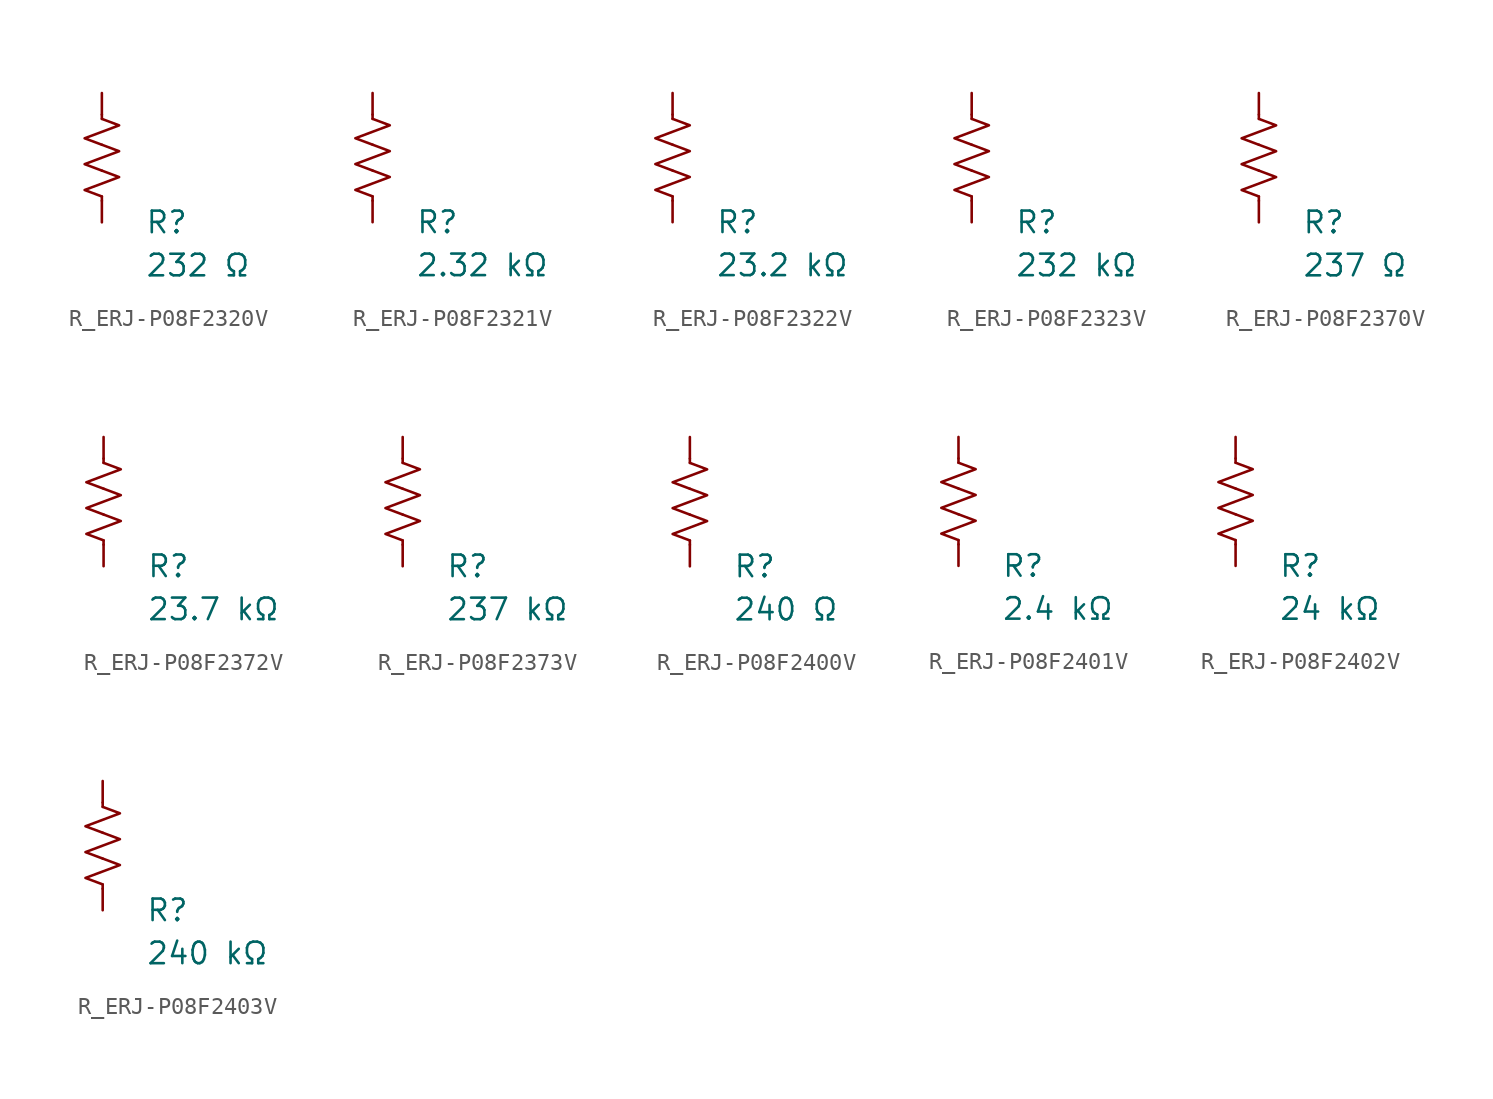
<source format=kicad_sym>
(kicad_symbol_lib
  (version 20231120)
  (generator "kicad_symbol_editor")
  (generator_version "8.0")
  (symbol "R_ERJ-P08F2320V"
    (pin_numbers hide)
    (pin_names
      (offset 0))
    (property "Reference" "R"
      (at 2.54 -3.81 0)
      (effects (font (size 1.27 1.27)) (justify left))
      (show_name no))
    (property "Value" "232 Ω"
      (at 2.54 -6.35 0)
      (effects (font (size 1.27 1.27)) (justify left))
      (show_name no))
    (symbol "R_ERJ-P08F2320V_0_1"
      (polyline (pts (xy 0 -2.286) (xy 0 -2.54)) (stroke (width 0) (type default)) (fill (type none)))
      (polyline (pts (xy 0 2.286) (xy 0 2.54)) (stroke (width 0) (type default)) (fill (type none)))
      (polyline (pts (xy 0 -0.762) (xy 1.016 -1.143) (xy 0 -1.524) (xy -1.016 -1.905) (xy 0 -2.286)) (stroke (width 0) (type default)) (fill (type none)))
      (polyline (pts (xy 0 0.762) (xy 1.016 0.381) (xy 0 0) (xy -1.016 -0.381) (xy 0 -0.762)) (stroke (width 0) (type default)) (fill (type none)))
      (polyline (pts (xy 0 2.286) (xy 1.016 1.905) (xy 0 1.524) (xy -1.016 1.143) (xy 0 0.762)) (stroke (width 0) (type default)) (fill (type none))))
    (symbol "R_ERJ-P08F2320V_1_1"
      (pin passive line (at 0 3.81 270) (length 1.27) (name "~" (effects (font (size 1.27 1.27)))) (number "1" (effects (font (size 1.27 1.27)))))
      (pin passive line (at 0 -3.81 90) (length 1.27) (name "~" (effects (font (size 1.27 1.27)))) (number "2" (effects (font (size 1.27 1.27)))))))
  (symbol "R_ERJ-P08F2321V"
    (pin_numbers hide)
    (pin_names
      (offset 0))
    (property "Reference" "R"
      (at 2.54 -3.81 0)
      (effects (font (size 1.27 1.27)) (justify left))
      (show_name no))
    (property "Value" "2.32 kΩ"
      (at 2.54 -6.35 0)
      (effects (font (size 1.27 1.27)) (justify left))
      (show_name no))
    (symbol "R_ERJ-P08F2321V_0_1"
      (polyline (pts (xy 0 -2.286) (xy 0 -2.54)) (stroke (width 0) (type default)) (fill (type none)))
      (polyline (pts (xy 0 2.286) (xy 0 2.54)) (stroke (width 0) (type default)) (fill (type none)))
      (polyline (pts (xy 0 -0.762) (xy 1.016 -1.143) (xy 0 -1.524) (xy -1.016 -1.905) (xy 0 -2.286)) (stroke (width 0) (type default)) (fill (type none)))
      (polyline (pts (xy 0 0.762) (xy 1.016 0.381) (xy 0 0) (xy -1.016 -0.381) (xy 0 -0.762)) (stroke (width 0) (type default)) (fill (type none)))
      (polyline (pts (xy 0 2.286) (xy 1.016 1.905) (xy 0 1.524) (xy -1.016 1.143) (xy 0 0.762)) (stroke (width 0) (type default)) (fill (type none))))
    (symbol "R_ERJ-P08F2321V_1_1"
      (pin passive line (at 0 3.81 270) (length 1.27) (name "~" (effects (font (size 1.27 1.27)))) (number "1" (effects (font (size 1.27 1.27)))))
      (pin passive line (at 0 -3.81 90) (length 1.27) (name "~" (effects (font (size 1.27 1.27)))) (number "2" (effects (font (size 1.27 1.27)))))))
  (symbol "R_ERJ-P08F2322V"
    (pin_numbers hide)
    (pin_names
      (offset 0))
    (property "Reference" "R"
      (at 2.54 -3.81 0)
      (effects (font (size 1.27 1.27)) (justify left))
      (show_name no))
    (property "Value" "23.2 kΩ"
      (at 2.54 -6.35 0)
      (effects (font (size 1.27 1.27)) (justify left))
      (show_name no))
    (symbol "R_ERJ-P08F2322V_0_1"
      (polyline (pts (xy 0 -2.286) (xy 0 -2.54)) (stroke (width 0) (type default)) (fill (type none)))
      (polyline (pts (xy 0 2.286) (xy 0 2.54)) (stroke (width 0) (type default)) (fill (type none)))
      (polyline (pts (xy 0 -0.762) (xy 1.016 -1.143) (xy 0 -1.524) (xy -1.016 -1.905) (xy 0 -2.286)) (stroke (width 0) (type default)) (fill (type none)))
      (polyline (pts (xy 0 0.762) (xy 1.016 0.381) (xy 0 0) (xy -1.016 -0.381) (xy 0 -0.762)) (stroke (width 0) (type default)) (fill (type none)))
      (polyline (pts (xy 0 2.286) (xy 1.016 1.905) (xy 0 1.524) (xy -1.016 1.143) (xy 0 0.762)) (stroke (width 0) (type default)) (fill (type none))))
    (symbol "R_ERJ-P08F2322V_1_1"
      (pin passive line (at 0 3.81 270) (length 1.27) (name "~" (effects (font (size 1.27 1.27)))) (number "1" (effects (font (size 1.27 1.27)))))
      (pin passive line (at 0 -3.81 90) (length 1.27) (name "~" (effects (font (size 1.27 1.27)))) (number "2" (effects (font (size 1.27 1.27)))))))
  (symbol "R_ERJ-P08F2323V"
    (pin_numbers hide)
    (pin_names
      (offset 0))
    (property "Reference" "R"
      (at 2.54 -3.81 0)
      (effects (font (size 1.27 1.27)) (justify left))
      (show_name no))
    (property "Value" "232 kΩ"
      (at 2.54 -6.35 0)
      (effects (font (size 1.27 1.27)) (justify left))
      (show_name no))
    (symbol "R_ERJ-P08F2323V_0_1"
      (polyline (pts (xy 0 -2.286) (xy 0 -2.54)) (stroke (width 0) (type default)) (fill (type none)))
      (polyline (pts (xy 0 2.286) (xy 0 2.54)) (stroke (width 0) (type default)) (fill (type none)))
      (polyline (pts (xy 0 -0.762) (xy 1.016 -1.143) (xy 0 -1.524) (xy -1.016 -1.905) (xy 0 -2.286)) (stroke (width 0) (type default)) (fill (type none)))
      (polyline (pts (xy 0 0.762) (xy 1.016 0.381) (xy 0 0) (xy -1.016 -0.381) (xy 0 -0.762)) (stroke (width 0) (type default)) (fill (type none)))
      (polyline (pts (xy 0 2.286) (xy 1.016 1.905) (xy 0 1.524) (xy -1.016 1.143) (xy 0 0.762)) (stroke (width 0) (type default)) (fill (type none))))
    (symbol "R_ERJ-P08F2323V_1_1"
      (pin passive line (at 0 3.81 270) (length 1.27) (name "~" (effects (font (size 1.27 1.27)))) (number "1" (effects (font (size 1.27 1.27)))))
      (pin passive line (at 0 -3.81 90) (length 1.27) (name "~" (effects (font (size 1.27 1.27)))) (number "2" (effects (font (size 1.27 1.27)))))))
  (symbol "R_ERJ-P08F2370V"
    (pin_numbers hide)
    (pin_names
      (offset 0))
    (property "Reference" "R"
      (at 2.54 -3.81 0)
      (effects (font (size 1.27 1.27)) (justify left))
      (show_name no))
    (property "Value" "237 Ω"
      (at 2.54 -6.35 0)
      (effects (font (size 1.27 1.27)) (justify left))
      (show_name no))
    (symbol "R_ERJ-P08F2370V_0_1"
      (polyline (pts (xy 0 -2.286) (xy 0 -2.54)) (stroke (width 0) (type default)) (fill (type none)))
      (polyline (pts (xy 0 2.286) (xy 0 2.54)) (stroke (width 0) (type default)) (fill (type none)))
      (polyline (pts (xy 0 -0.762) (xy 1.016 -1.143) (xy 0 -1.524) (xy -1.016 -1.905) (xy 0 -2.286)) (stroke (width 0) (type default)) (fill (type none)))
      (polyline (pts (xy 0 0.762) (xy 1.016 0.381) (xy 0 0) (xy -1.016 -0.381) (xy 0 -0.762)) (stroke (width 0) (type default)) (fill (type none)))
      (polyline (pts (xy 0 2.286) (xy 1.016 1.905) (xy 0 1.524) (xy -1.016 1.143) (xy 0 0.762)) (stroke (width 0) (type default)) (fill (type none))))
    (symbol "R_ERJ-P08F2370V_1_1"
      (pin passive line (at 0 3.81 270) (length 1.27) (name "~" (effects (font (size 1.27 1.27)))) (number "1" (effects (font (size 1.27 1.27)))))
      (pin passive line (at 0 -3.81 90) (length 1.27) (name "~" (effects (font (size 1.27 1.27)))) (number "2" (effects (font (size 1.27 1.27)))))))
  (symbol "R_ERJ-P08F2372V"
    (pin_numbers hide)
    (pin_names
      (offset 0))
    (property "Reference" "R"
      (at 2.54 -3.81 0)
      (effects (font (size 1.27 1.27)) (justify left))
      (show_name no))
    (property "Value" "23.7 kΩ"
      (at 2.54 -6.35 0)
      (effects (font (size 1.27 1.27)) (justify left))
      (show_name no))
    (symbol "R_ERJ-P08F2372V_0_1"
      (polyline (pts (xy 0 -2.286) (xy 0 -2.54)) (stroke (width 0) (type default)) (fill (type none)))
      (polyline (pts (xy 0 2.286) (xy 0 2.54)) (stroke (width 0) (type default)) (fill (type none)))
      (polyline (pts (xy 0 -0.762) (xy 1.016 -1.143) (xy 0 -1.524) (xy -1.016 -1.905) (xy 0 -2.286)) (stroke (width 0) (type default)) (fill (type none)))
      (polyline (pts (xy 0 0.762) (xy 1.016 0.381) (xy 0 0) (xy -1.016 -0.381) (xy 0 -0.762)) (stroke (width 0) (type default)) (fill (type none)))
      (polyline (pts (xy 0 2.286) (xy 1.016 1.905) (xy 0 1.524) (xy -1.016 1.143) (xy 0 0.762)) (stroke (width 0) (type default)) (fill (type none))))
    (symbol "R_ERJ-P08F2372V_1_1"
      (pin passive line (at 0 3.81 270) (length 1.27) (name "~" (effects (font (size 1.27 1.27)))) (number "1" (effects (font (size 1.27 1.27)))))
      (pin passive line (at 0 -3.81 90) (length 1.27) (name "~" (effects (font (size 1.27 1.27)))) (number "2" (effects (font (size 1.27 1.27)))))))
  (symbol "R_ERJ-P08F2373V"
    (pin_numbers hide)
    (pin_names
      (offset 0))
    (property "Reference" "R"
      (at 2.54 -3.81 0)
      (effects (font (size 1.27 1.27)) (justify left))
      (show_name no))
    (property "Value" "237 kΩ"
      (at 2.54 -6.35 0)
      (effects (font (size 1.27 1.27)) (justify left))
      (show_name no))
    (symbol "R_ERJ-P08F2373V_0_1"
      (polyline (pts (xy 0 -2.286) (xy 0 -2.54)) (stroke (width 0) (type default)) (fill (type none)))
      (polyline (pts (xy 0 2.286) (xy 0 2.54)) (stroke (width 0) (type default)) (fill (type none)))
      (polyline (pts (xy 0 -0.762) (xy 1.016 -1.143) (xy 0 -1.524) (xy -1.016 -1.905) (xy 0 -2.286)) (stroke (width 0) (type default)) (fill (type none)))
      (polyline (pts (xy 0 0.762) (xy 1.016 0.381) (xy 0 0) (xy -1.016 -0.381) (xy 0 -0.762)) (stroke (width 0) (type default)) (fill (type none)))
      (polyline (pts (xy 0 2.286) (xy 1.016 1.905) (xy 0 1.524) (xy -1.016 1.143) (xy 0 0.762)) (stroke (width 0) (type default)) (fill (type none))))
    (symbol "R_ERJ-P08F2373V_1_1"
      (pin passive line (at 0 3.81 270) (length 1.27) (name "~" (effects (font (size 1.27 1.27)))) (number "1" (effects (font (size 1.27 1.27)))))
      (pin passive line (at 0 -3.81 90) (length 1.27) (name "~" (effects (font (size 1.27 1.27)))) (number "2" (effects (font (size 1.27 1.27)))))))
  (symbol "R_ERJ-P08F2400V"
    (pin_numbers hide)
    (pin_names
      (offset 0))
    (property "Reference" "R"
      (at 2.54 -3.81 0)
      (effects (font (size 1.27 1.27)) (justify left))
      (show_name no))
    (property "Value" "240 Ω"
      (at 2.54 -6.35 0)
      (effects (font (size 1.27 1.27)) (justify left))
      (show_name no))
    (symbol "R_ERJ-P08F2400V_0_1"
      (polyline (pts (xy 0 -2.286) (xy 0 -2.54)) (stroke (width 0) (type default)) (fill (type none)))
      (polyline (pts (xy 0 2.286) (xy 0 2.54)) (stroke (width 0) (type default)) (fill (type none)))
      (polyline (pts (xy 0 -0.762) (xy 1.016 -1.143) (xy 0 -1.524) (xy -1.016 -1.905) (xy 0 -2.286)) (stroke (width 0) (type default)) (fill (type none)))
      (polyline (pts (xy 0 0.762) (xy 1.016 0.381) (xy 0 0) (xy -1.016 -0.381) (xy 0 -0.762)) (stroke (width 0) (type default)) (fill (type none)))
      (polyline (pts (xy 0 2.286) (xy 1.016 1.905) (xy 0 1.524) (xy -1.016 1.143) (xy 0 0.762)) (stroke (width 0) (type default)) (fill (type none))))
    (symbol "R_ERJ-P08F2400V_1_1"
      (pin passive line (at 0 3.81 270) (length 1.27) (name "~" (effects (font (size 1.27 1.27)))) (number "1" (effects (font (size 1.27 1.27)))))
      (pin passive line (at 0 -3.81 90) (length 1.27) (name "~" (effects (font (size 1.27 1.27)))) (number "2" (effects (font (size 1.27 1.27)))))))
  (symbol "R_ERJ-P08F2401V"
    (pin_numbers hide)
    (pin_names
      (offset 0))
    (property "Reference" "R"
      (at 2.54 -3.81 0)
      (effects (font (size 1.27 1.27)) (justify left))
      (show_name no))
    (property "Value" "2.4 kΩ"
      (at 2.54 -6.35 0)
      (effects (font (size 1.27 1.27)) (justify left))
      (show_name no))
    (symbol "R_ERJ-P08F2401V_0_1"
      (polyline (pts (xy 0 -2.286) (xy 0 -2.54)) (stroke (width 0) (type default)) (fill (type none)))
      (polyline (pts (xy 0 2.286) (xy 0 2.54)) (stroke (width 0) (type default)) (fill (type none)))
      (polyline (pts (xy 0 -0.762) (xy 1.016 -1.143) (xy 0 -1.524) (xy -1.016 -1.905) (xy 0 -2.286)) (stroke (width 0) (type default)) (fill (type none)))
      (polyline (pts (xy 0 0.762) (xy 1.016 0.381) (xy 0 0) (xy -1.016 -0.381) (xy 0 -0.762)) (stroke (width 0) (type default)) (fill (type none)))
      (polyline (pts (xy 0 2.286) (xy 1.016 1.905) (xy 0 1.524) (xy -1.016 1.143) (xy 0 0.762)) (stroke (width 0) (type default)) (fill (type none))))
    (symbol "R_ERJ-P08F2401V_1_1"
      (pin passive line (at 0 3.81 270) (length 1.27) (name "~" (effects (font (size 1.27 1.27)))) (number "1" (effects (font (size 1.27 1.27)))))
      (pin passive line (at 0 -3.81 90) (length 1.27) (name "~" (effects (font (size 1.27 1.27)))) (number "2" (effects (font (size 1.27 1.27)))))))
  (symbol "R_ERJ-P08F2402V"
    (pin_numbers hide)
    (pin_names
      (offset 0))
    (property "Reference" "R"
      (at 2.54 -3.81 0)
      (effects (font (size 1.27 1.27)) (justify left))
      (show_name no))
    (property "Value" "24 kΩ"
      (at 2.54 -6.35 0)
      (effects (font (size 1.27 1.27)) (justify left))
      (show_name no))
    (symbol "R_ERJ-P08F2402V_0_1"
      (polyline (pts (xy 0 -2.286) (xy 0 -2.54)) (stroke (width 0) (type default)) (fill (type none)))
      (polyline (pts (xy 0 2.286) (xy 0 2.54)) (stroke (width 0) (type default)) (fill (type none)))
      (polyline (pts (xy 0 -0.762) (xy 1.016 -1.143) (xy 0 -1.524) (xy -1.016 -1.905) (xy 0 -2.286)) (stroke (width 0) (type default)) (fill (type none)))
      (polyline (pts (xy 0 0.762) (xy 1.016 0.381) (xy 0 0) (xy -1.016 -0.381) (xy 0 -0.762)) (stroke (width 0) (type default)) (fill (type none)))
      (polyline (pts (xy 0 2.286) (xy 1.016 1.905) (xy 0 1.524) (xy -1.016 1.143) (xy 0 0.762)) (stroke (width 0) (type default)) (fill (type none))))
    (symbol "R_ERJ-P08F2402V_1_1"
      (pin passive line (at 0 3.81 270) (length 1.27) (name "~" (effects (font (size 1.27 1.27)))) (number "1" (effects (font (size 1.27 1.27)))))
      (pin passive line (at 0 -3.81 90) (length 1.27) (name "~" (effects (font (size 1.27 1.27)))) (number "2" (effects (font (size 1.27 1.27)))))))
  (symbol "R_ERJ-P08F2403V"
    (pin_numbers hide)
    (pin_names
      (offset 0))
    (property "Reference" "R"
      (at 2.54 -3.81 0)
      (effects (font (size 1.27 1.27)) (justify left))
      (show_name no))
    (property "Value" "240 kΩ"
      (at 2.54 -6.35 0)
      (effects (font (size 1.27 1.27)) (justify left))
      (show_name no))
    (symbol "R_ERJ-P08F2403V_0_1"
      (polyline (pts (xy 0 -2.286) (xy 0 -2.54)) (stroke (width 0) (type default)) (fill (type none)))
      (polyline (pts (xy 0 2.286) (xy 0 2.54)) (stroke (width 0) (type default)) (fill (type none)))
      (polyline (pts (xy 0 -0.762) (xy 1.016 -1.143) (xy 0 -1.524) (xy -1.016 -1.905) (xy 0 -2.286)) (stroke (width 0) (type default)) (fill (type none)))
      (polyline (pts (xy 0 0.762) (xy 1.016 0.381) (xy 0 0) (xy -1.016 -0.381) (xy 0 -0.762)) (stroke (width 0) (type default)) (fill (type none)))
      (polyline (pts (xy 0 2.286) (xy 1.016 1.905) (xy 0 1.524) (xy -1.016 1.143) (xy 0 0.762)) (stroke (width 0) (type default)) (fill (type none))))
    (symbol "R_ERJ-P08F2403V_1_1"
      (pin passive line (at 0 3.81 270) (length 1.27) (name "~" (effects (font (size 1.27 1.27)))) (number "1" (effects (font (size 1.27 1.27)))))
      (pin passive line (at 0 -3.81 90) (length 1.27) (name "~" (effects (font (size 1.27 1.27)))) (number "2" (effects (font (size 1.27 1.27))))))))
</source>
